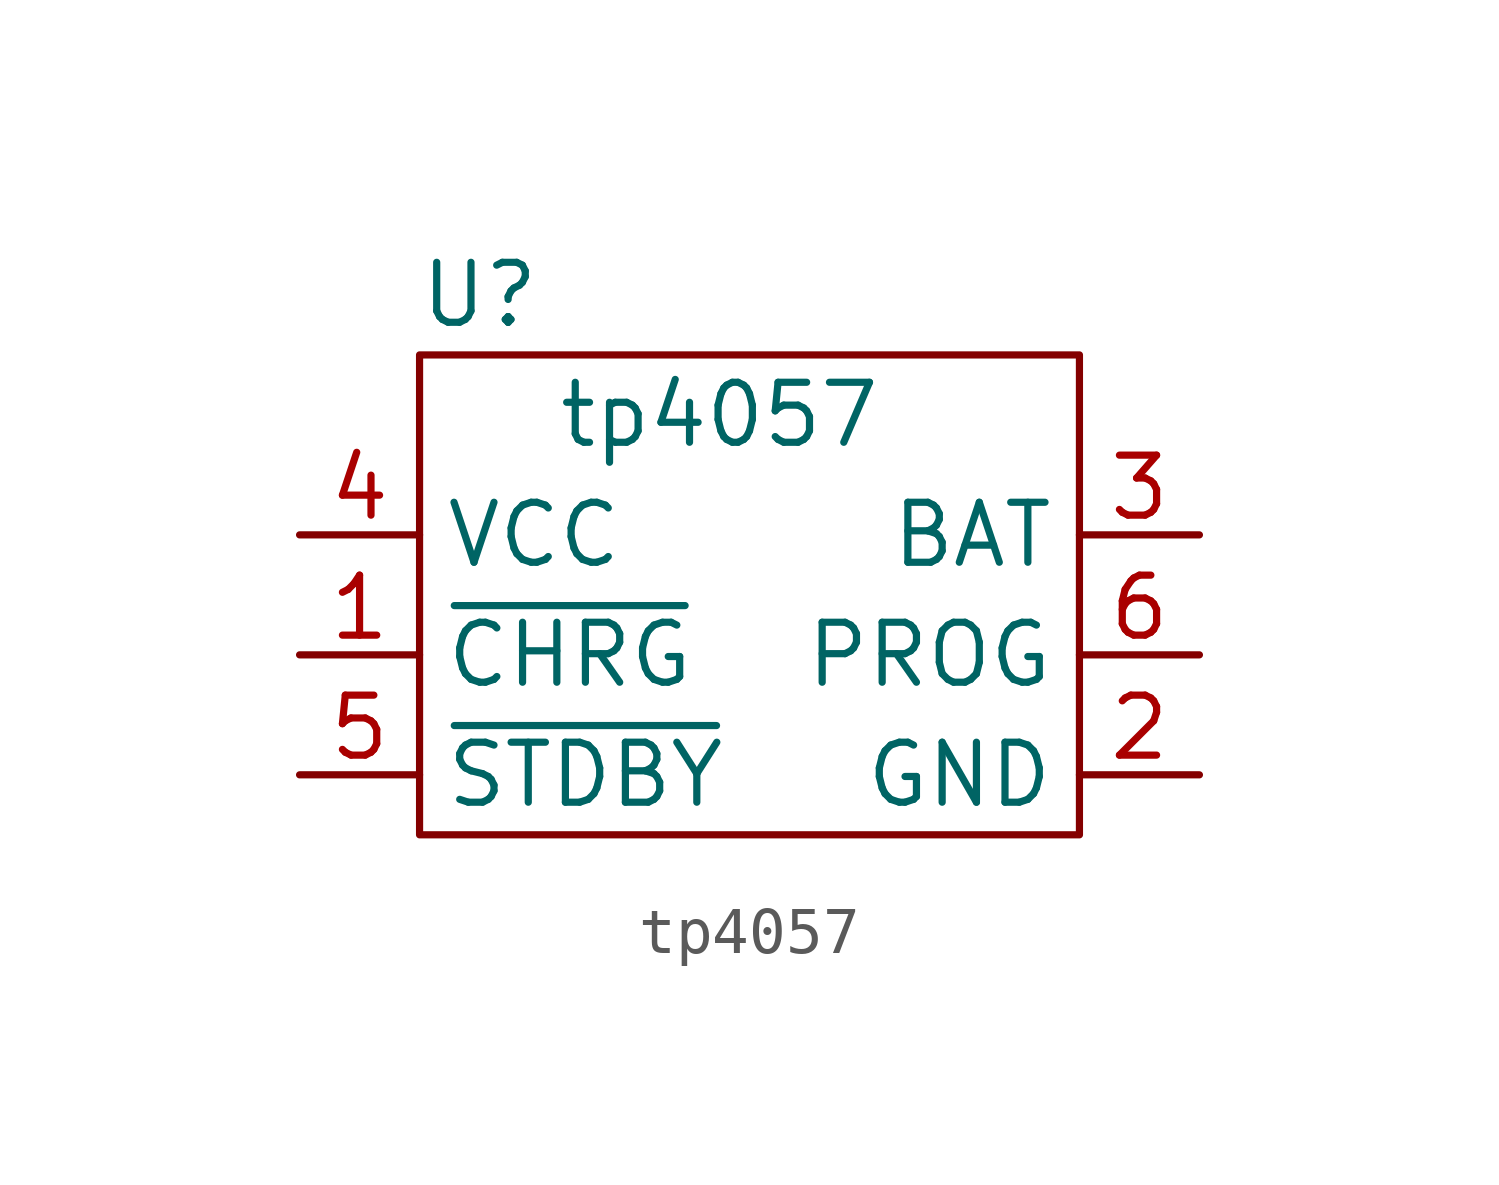
<source format=kicad_sym>
(kicad_symbol_lib
  (version 20211014)
  (generator kicad_symbol_editor)
  (symbol "tp4057"
    (property "Reference" "U"
      (at 1.27 11.43 0)
      (effects (font (size 1.27 1.27))))
    (property "Value" "tp4057"
      (at 6.35 8.89 0)
      (effects (font (size 1.27 1.27))))
    (symbol "tp4057_0_1"
      (rectangle (start 0 10.16) (end 13.97 0) (stroke (width 0) (type default) (color 0 0 0 0)) (fill (type none))))
    (symbol "tp4057_1_1"
      (pin input line (at -2.54 3.81 0) (length 2.54) (name "~{CHRG}" (effects (font (size 1.27 1.27)))) (number "1" (effects (font (size 1.27 1.27)))))
      (pin input line (at 16.51 1.27 180) (length 2.54) (name "GND" (effects (font (size 1.27 1.27)))) (number "2" (effects (font (size 1.27 1.27)))))
      (pin input line (at 16.51 6.35 180) (length 2.54) (name "BAT" (effects (font (size 1.27 1.27)))) (number "3" (effects (font (size 1.27 1.27)))))
      (pin input line (at -2.54 6.35 0) (length 2.54) (name "VCC" (effects (font (size 1.27 1.27)))) (number "4" (effects (font (size 1.27 1.27)))))
      (pin input line (at -2.54 1.27 0) (length 2.54) (name "~{STDBY}" (effects (font (size 1.27 1.27)))) (number "5" (effects (font (size 1.27 1.27)))))
      (pin input line (at 16.51 3.81 180) (length 2.54) (name "PROG" (effects (font (size 1.27 1.27)))) (number "6" (effects (font (size 1.27 1.27))))))))
</source>
